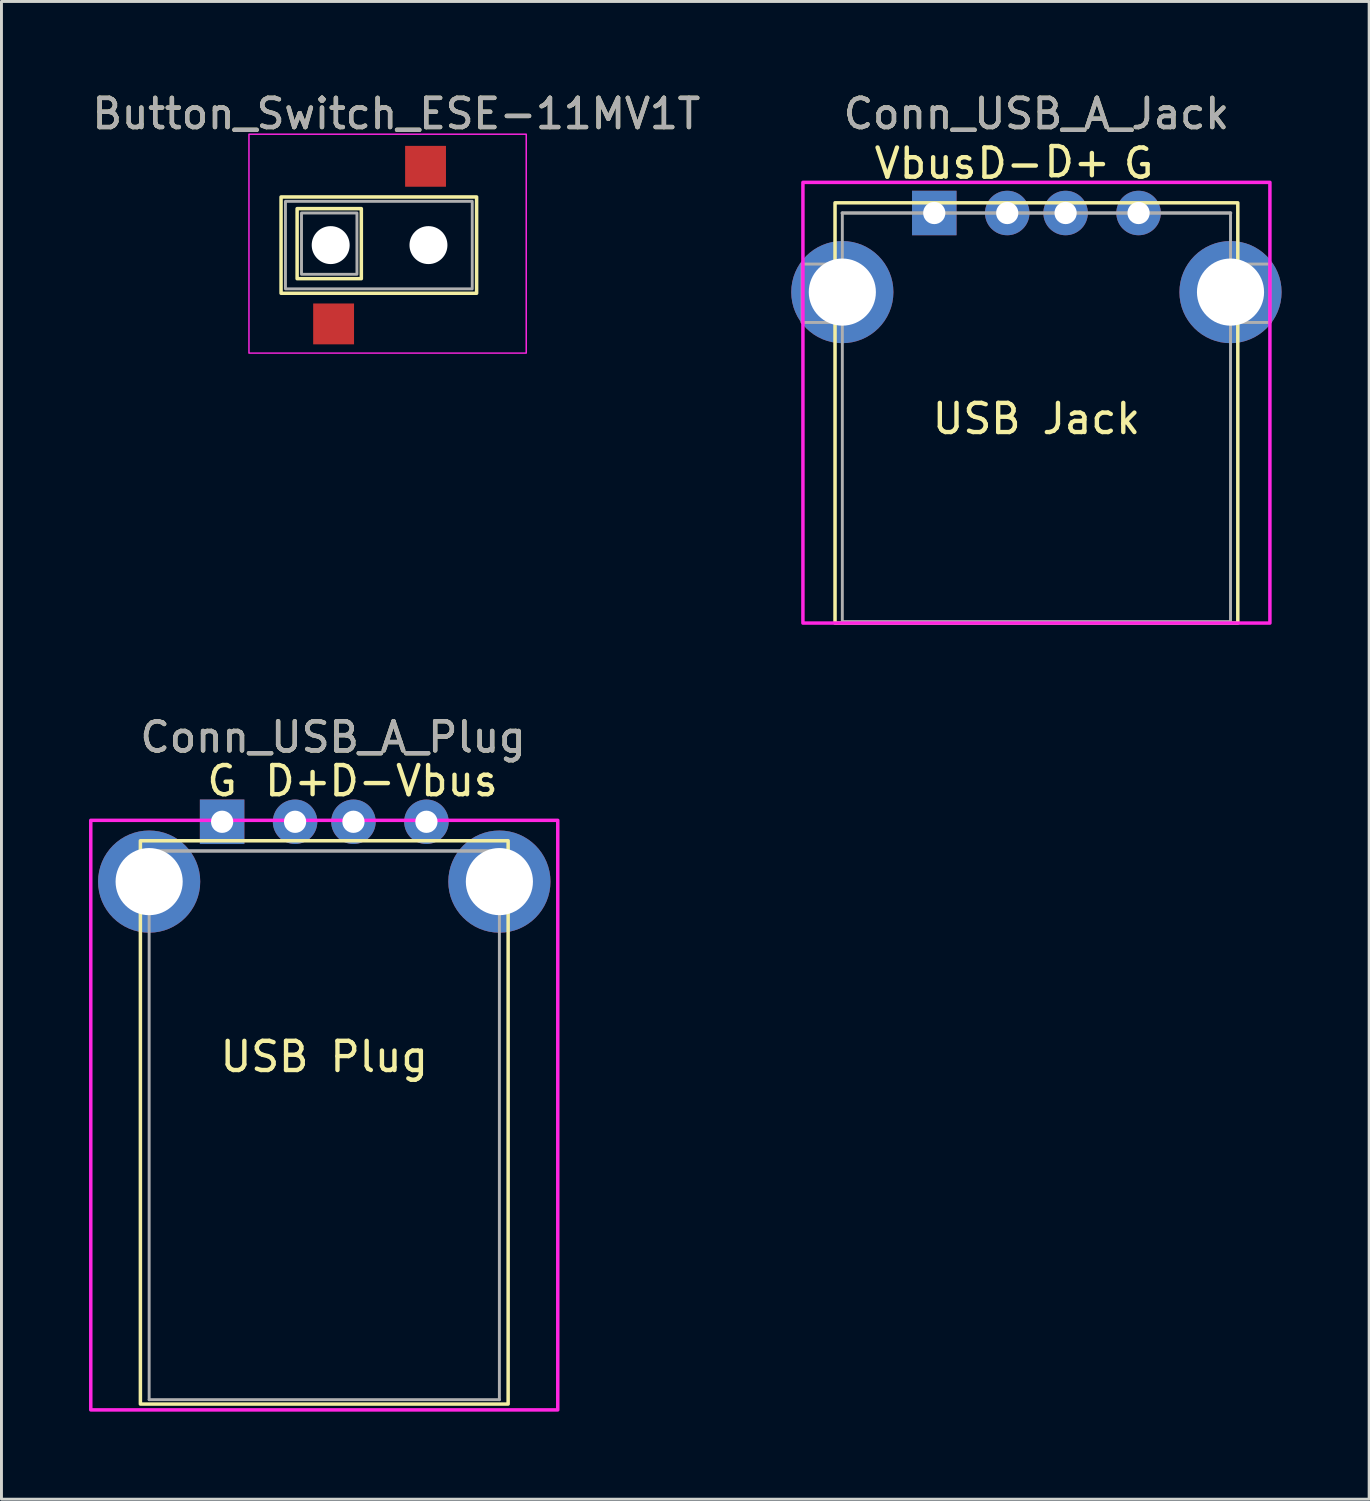
<source format=kicad_pcb>
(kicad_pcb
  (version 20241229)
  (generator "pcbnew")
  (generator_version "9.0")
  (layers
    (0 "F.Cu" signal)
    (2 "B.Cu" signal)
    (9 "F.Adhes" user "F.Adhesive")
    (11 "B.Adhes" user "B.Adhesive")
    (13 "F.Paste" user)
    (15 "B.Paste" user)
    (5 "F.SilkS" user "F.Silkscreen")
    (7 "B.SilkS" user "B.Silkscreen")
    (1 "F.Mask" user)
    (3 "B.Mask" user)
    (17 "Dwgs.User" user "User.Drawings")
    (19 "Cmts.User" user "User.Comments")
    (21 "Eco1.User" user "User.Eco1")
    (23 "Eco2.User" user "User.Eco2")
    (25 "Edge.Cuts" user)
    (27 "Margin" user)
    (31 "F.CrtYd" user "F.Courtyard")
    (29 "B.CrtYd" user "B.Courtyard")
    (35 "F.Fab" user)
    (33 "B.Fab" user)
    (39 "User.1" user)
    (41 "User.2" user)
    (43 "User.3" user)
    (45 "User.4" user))
  (footprint "Conn_USB_A_Plug"
    (layer "F.Cu")
    (at 8.06 25.056)
    (property "Reference" "Conn_USB_A_Plug" (at 0.3 -2.85 0) (unlocked yes) (layer "F.SilkS") (effects (font (size 1 1) (thickness 0.15))))
    (attr through_hole)
    (fp_rect (start -6.3 0.7) (end 6.3 20) (stroke (width 0.12) (type solid)) (fill no) (layer "F.SilkS"))
    (fp_rect (start -8 0) (end 8 20.2) (stroke (width 0.12) (type solid)) (fill no) (layer "F.CrtYd"))
    (fp_line (start -6 1.05) (end 6 1.05) (stroke (width 0.12) (type solid)) (layer "F.Fab"))
    (fp_line (start -6 19.85) (end -6 1.05) (stroke (width 0.1) (type solid)) (layer "F.Fab"))
    (fp_line (start 6 1.05) (end 6 19.85) (stroke (width 0.1) (type solid)) (layer "F.Fab"))
    (fp_line (start 6 19.85) (end -6 19.85) (stroke (width 0.1) (type solid)) (layer "F.Fab"))
    (fp_text user "G" (at -3.5 -1.35 0) (unlocked yes) (layer "F.SilkS") (effects (font (size 1 1) (thickness 0.15))))
    (fp_text user "Vbus" (at 4.2 -1.35 0) (unlocked yes) (layer "F.SilkS") (effects (font (size 1 1) (thickness 0.15))))
    (fp_text user "USB Plug" (at 0 8.1 0) (unlocked yes) (layer "F.SilkS") (effects (font (size 1 1) (thickness 0.15))))
    (fp_text user "D+" (at -0.9 -1.35 0) (unlocked yes) (layer "F.SilkS") (effects (font (size 1 1) (thickness 0.15))))
    (fp_text user "D-" (at 1.3 -1.35 0) (unlocked yes) (layer "F.SilkS") (effects (font (size 1 1) (thickness 0.15))))
    (fp_text user "${REFERENCE}" (at 0.3 -2.85 0) (unlocked yes) (layer "F.Fab") (effects (font (size 1 1) (thickness 0.15))))
    (pad "1" thru_hole circle (at 3.5 0.05) (size 1.524 1.524) (drill 0.762) (layers "*.Cu" "*.Mask"))
    (pad "2" thru_hole circle (at 1 0.05) (size 1.524 1.524) (drill 0.762) (layers "*.Cu" "*.Mask"))
    (pad "3" thru_hole circle (at -1 0.05) (size 1.524 1.524) (drill 0.762) (layers "*.Cu" "*.Mask"))
    (pad "4" thru_hole rect (at -3.5 0.05) (size 1.524 1.524) (drill 0.762) (layers "*.Cu" "*.Mask"))
    (pad "5" thru_hole circle (at -6 2.1) (size 3.5 3.5) (drill 2.3) (layers "*.Cu" "*.Mask"))
    (pad "5" thru_hole circle (at 6 2.1) (size 3.5 3.5) (drill 2.3) (layers "*.Cu" "*.Mask")))
  (footprint "Conn_USB_A_Jack"
    (layer "F.Cu")
    (at 32.46 4.248)
    (property "Reference" "Conn_USB_A_Jack" (at 0 -3.4 0) (unlocked yes) (layer "F.SilkS") (effects (font (size 1 1) (thickness 0.15))))
    (attr through_hole)
    (fp_rect (start -6.9 -0.35) (end 6.9 14.05) (stroke (width 0.12) (type solid)) (fill no) (layer "F.SilkS"))
    (fp_rect (start -8 -1.05) (end 8 14.05) (stroke (width 0.12) (type solid)) (fill no) (layer "F.CrtYd"))
    (fp_line (start -8.025 1.75) (end -8.025 3.75) (stroke (width 0.1) (type solid)) (layer "F.Fab"))
    (fp_line (start -8.025 3.75) (end -6.675 3.75) (stroke (width 0.1) (type solid)) (layer "F.Fab"))
    (fp_line (start -6.675 1.75) (end -8.025 1.75) (stroke (width 0.1) (type solid)) (layer "F.Fab"))
    (fp_line (start -6.65 0) (end 6.65 0) (stroke (width 0.12) (type solid)) (layer "F.Fab"))
    (fp_line (start -6.65 14) (end -6.65 0) (stroke (width 0.1) (type solid)) (layer "F.Fab"))
    (fp_line (start 6.65 0) (end 6.65 14) (stroke (width 0.1) (type solid)) (layer "F.Fab"))
    (fp_line (start 6.65 1.75) (end 8 1.75) (stroke (width 0.1) (type solid)) (layer "F.Fab"))
    (fp_line (start 6.65 14) (end -6.65 14) (stroke (width 0.1) (type solid)) (layer "F.Fab"))
    (fp_line (start 8 1.75) (end 8 3.75) (stroke (width 0.1) (type solid)) (layer "F.Fab"))
    (fp_line (start 8 3.75) (end 6.65 3.75) (stroke (width 0.1) (type solid)) (layer "F.Fab"))
    (fp_text user "D+" (at 1.4 -1.75 0) (unlocked yes) (layer "F.SilkS") (effects (font (size 1 1) (thickness 0.15))))
    (fp_text user "G" (at 3.5 -1.7 0) (unlocked yes) (layer "F.SilkS") (effects (font (size 1 1) (thickness 0.15))))
    (fp_text user "D-" (at -0.9 -1.7 0) (unlocked yes) (layer "F.SilkS") (effects (font (size 1 1) (thickness 0.15))))
    (fp_text user "Vbus" (at -3.8 -1.7 0) (unlocked yes) (layer "F.SilkS") (effects (font (size 1 1) (thickness 0.15))))
    (fp_text user "USB Jack" (at 0 7.05 0) (unlocked yes) (layer "F.SilkS") (effects (font (size 1 1) (thickness 0.15))))
    (fp_text user "${REFERENCE}" (at 0 -3.4 0) (unlocked yes) (layer "F.Fab") (effects (font (size 1 1) (thickness 0.15))))
    (pad "1" thru_hole rect (at -3.5 0) (size 1.524 1.524) (drill 0.762) (layers "*.Cu" "*.Mask"))
    (pad "2" thru_hole circle (at -1 0) (size 1.524 1.524) (drill 0.762) (layers "*.Cu" "*.Mask"))
    (pad "3" thru_hole circle (at 1 0) (size 1.524 1.524) (drill 0.762) (layers "*.Cu" "*.Mask"))
    (pad "4" thru_hole circle (at 3.5 0) (size 1.524 1.524) (drill 0.762) (layers "*.Cu" "*.Mask"))
    (pad "5" thru_hole circle (at -6.65 2.71) (size 3.5 3.5) (drill 2.3) (layers "*.Cu" "*.Mask"))
    (pad "5" thru_hole circle (at 6.65 2.71) (size 3.5 3.5) (drill 2.3) (layers "*.Cu" "*.Mask")))
  (footprint "Button_Switch_ESE-11MV1T"
    (layer "F.Cu")
    (at 9.83 5.348)
    (property "Reference" "Button_Switch_ESE-11MV1T" (at 0.7 -4.5 0) (layer "F.SilkS") (effects (font (size 1 1) (thickness 0.15))))
    (attr smd)
    (fp_rect (start -3.25 -1.65) (end 3.45 1.65) (stroke (width 0.12) (type solid)) (fill no) (layer "F.SilkS"))
    (fp_rect (start -2.7 -1.25) (end -0.5 1.15) (stroke (width 0.12) (type solid)) (fill no) (layer "F.SilkS"))
    (fp_rect (start -4.35 -3.8) (end 5.15 3.7) (stroke (width 0.05) (type solid)) (fill no) (layer "F.CrtYd"))
    (fp_rect (start -3.1 -1.5) (end 3.3 1.5) (stroke (width 0.1) (type solid)) (fill no) (layer "F.Fab"))
    (fp_rect (start -2.55 -1.1) (end -0.65 1) (stroke (width 0.1) (type solid)) (fill no) (layer "F.Fab"))
    (fp_text user "${REFERENCE}" (at 0.7 -4.5 180) (layer "F.Fab") (effects (font (size 1 1) (thickness 0.15))))
    (pad "" np_thru_hole circle (at -1.55 0 270) (size 1.3 1.3) (drill 1.3) (layers "*.Cu" "*.Mask"))
    (pad "" np_thru_hole circle (at 1.8 0 270) (size 1.3 1.3) (drill 1.3) (layers "*.Cu" "*.Mask"))
    (pad "1" smd rect (at -1.45 2.7 270) (size 1.4 1.4) (layers "F.Cu" "F.Mask" "F.Paste"))
    (pad "2" smd rect (at 1.7 -2.7 270) (size 1.4 1.4) (layers "F.Cu" "F.Mask" "F.Paste")))
  (gr_rect
    (start -3 -3)
    (end 43.86 48.316)
    (stroke (width 0.1) (type default))
    (fill no)
    (layer "Edge.Cuts")))
</source>
